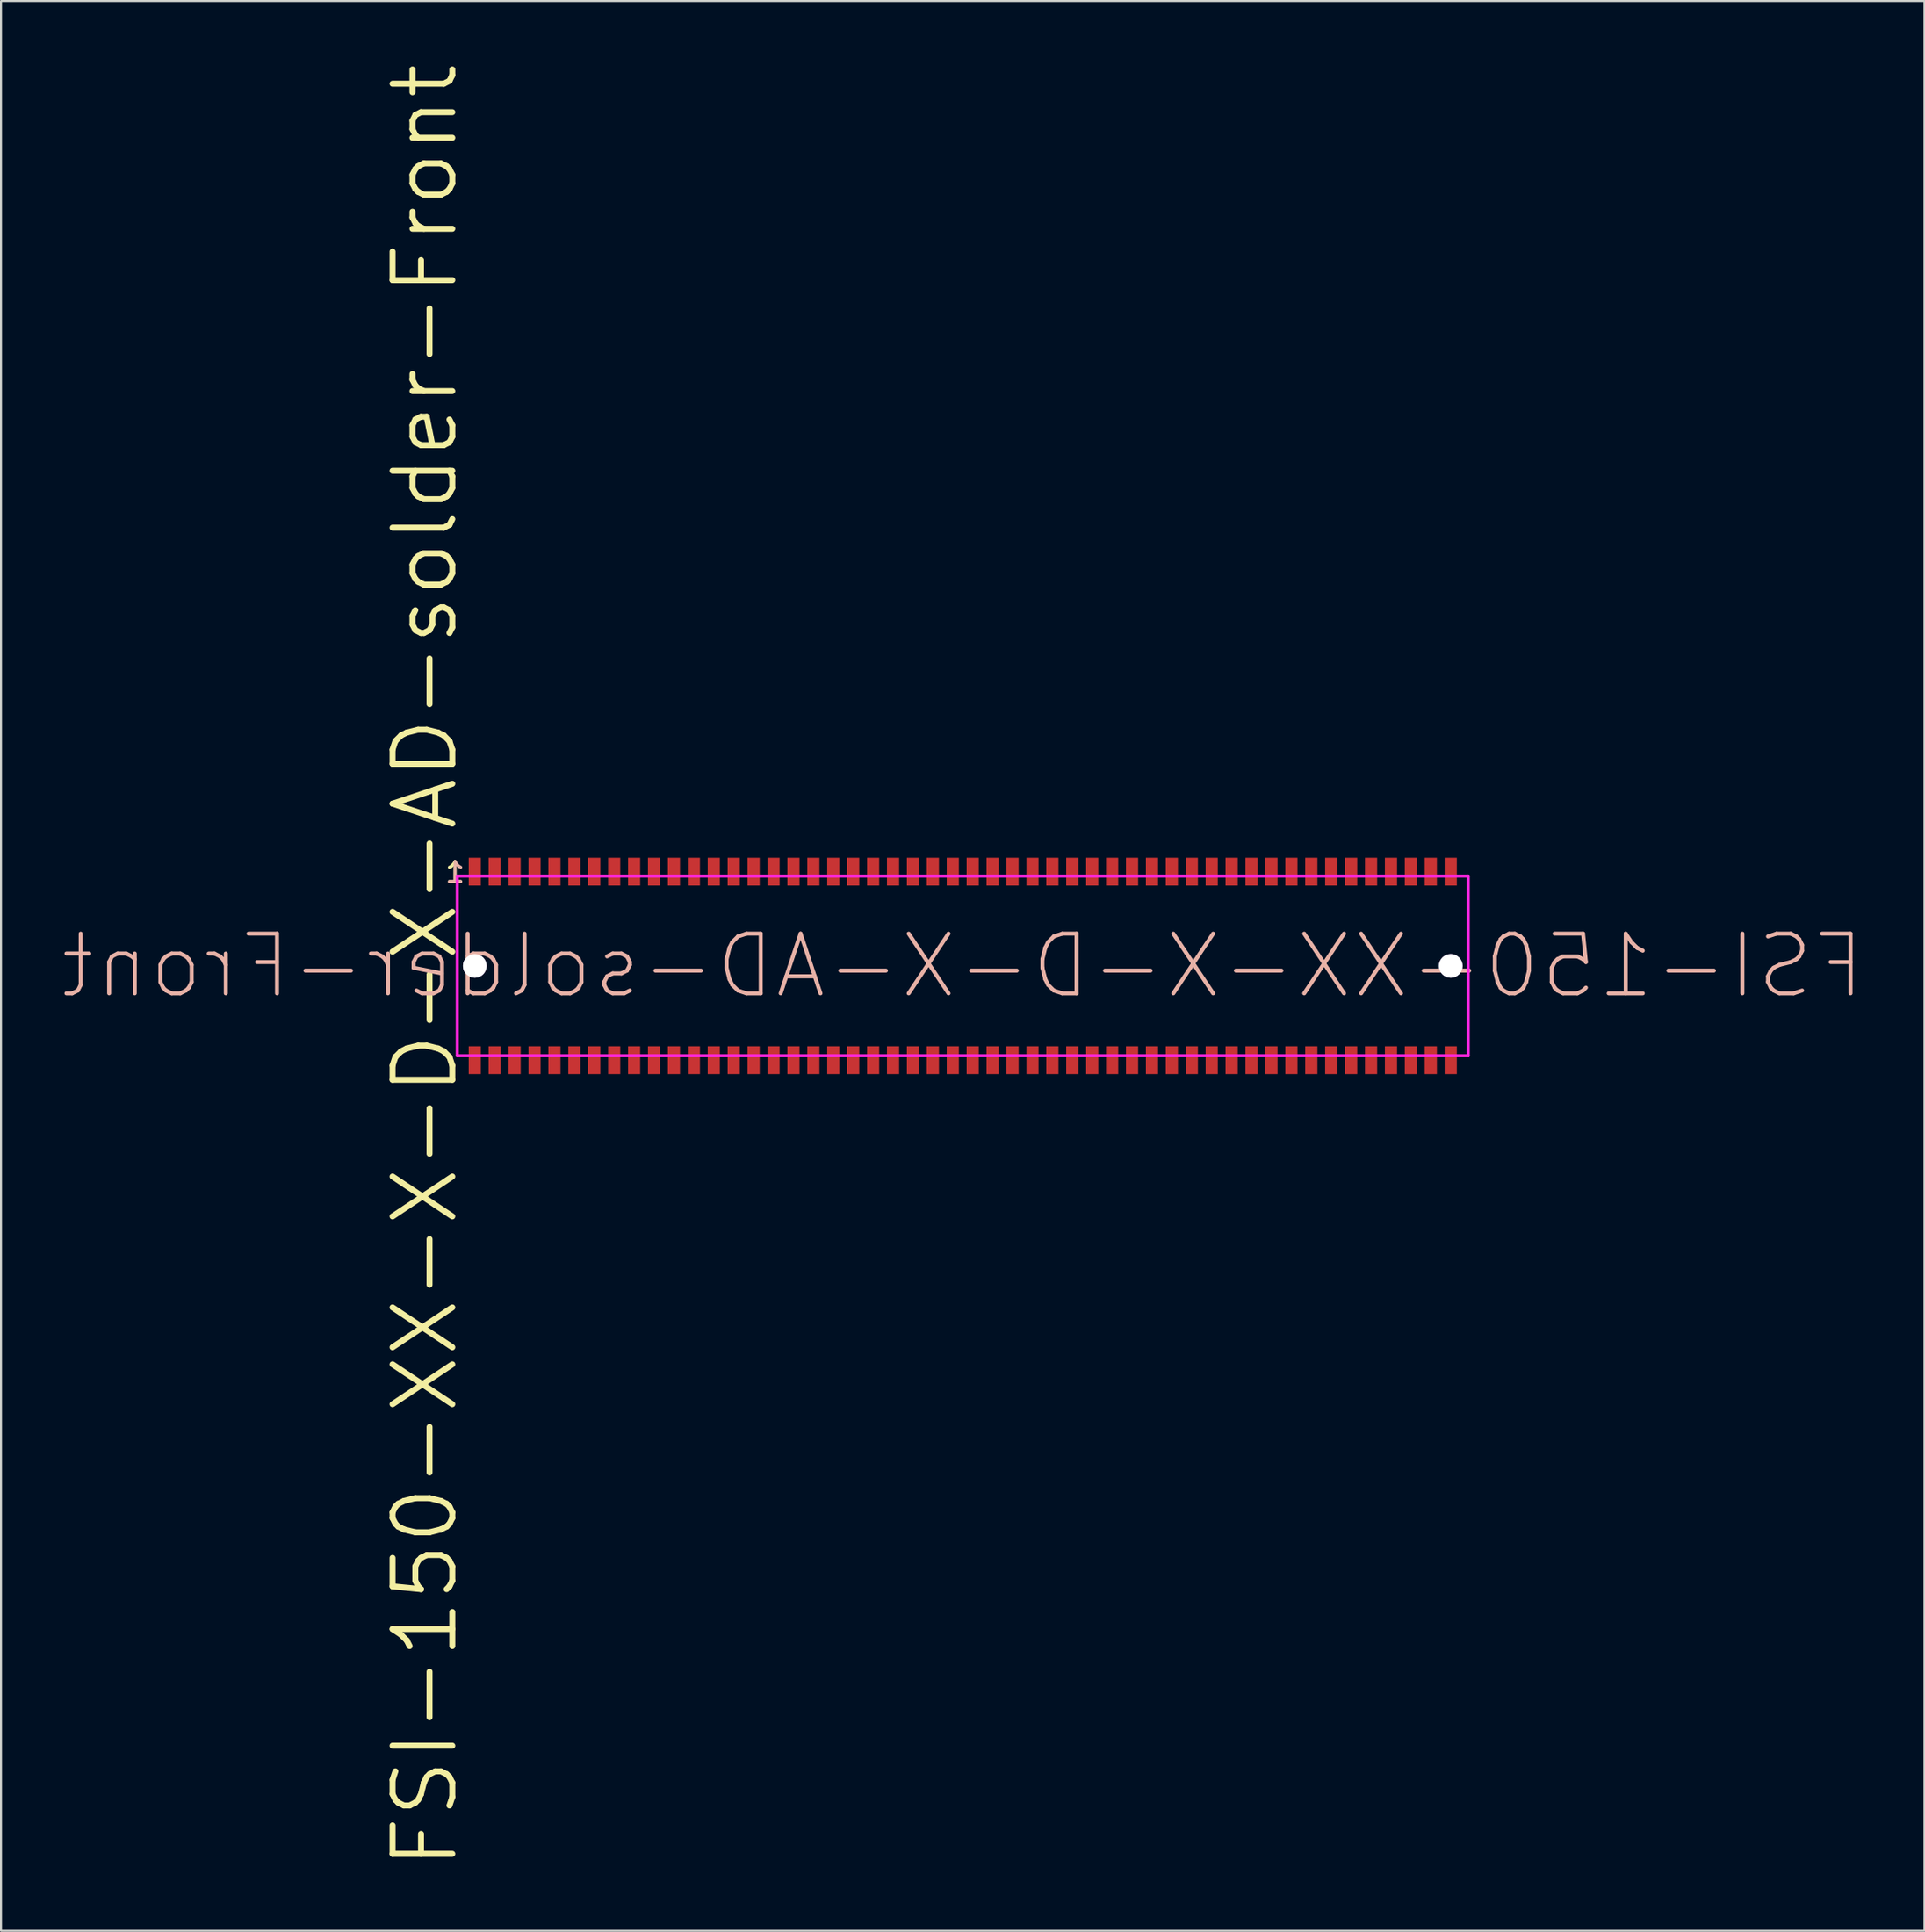
<source format=kicad_pcb>
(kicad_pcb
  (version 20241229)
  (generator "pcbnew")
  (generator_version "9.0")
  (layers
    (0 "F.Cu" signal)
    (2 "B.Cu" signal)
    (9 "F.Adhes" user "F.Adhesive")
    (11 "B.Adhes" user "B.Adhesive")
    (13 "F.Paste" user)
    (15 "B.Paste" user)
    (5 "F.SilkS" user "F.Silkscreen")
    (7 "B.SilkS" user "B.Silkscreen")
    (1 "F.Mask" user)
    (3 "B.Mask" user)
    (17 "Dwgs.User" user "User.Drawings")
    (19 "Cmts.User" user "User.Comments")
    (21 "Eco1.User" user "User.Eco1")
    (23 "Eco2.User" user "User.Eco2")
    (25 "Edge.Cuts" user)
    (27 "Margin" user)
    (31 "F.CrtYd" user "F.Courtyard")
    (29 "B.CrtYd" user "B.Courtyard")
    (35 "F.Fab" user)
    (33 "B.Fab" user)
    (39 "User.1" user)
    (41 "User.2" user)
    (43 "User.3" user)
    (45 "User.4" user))
  (footprint "FSI-150-XX-X-D-X-AD-solder-Front"
    (layer "F.Cu")
    (at 45.286 45.436)
    (property "Reference" "FSI-150-XX-X-D-X-AD-solder-Front" (at -27 0 90) (layer "F.SilkS") (effects (font (size 3 3) (thickness 0.3))))
    (attr through_hole)
    (fp_line (start -25.38 -4.51) (end 25.38 -4.51) (stroke (width 0.15) (type solid)) (layer "F.CrtYd"))
    (fp_line (start -25.38 4.51) (end -25.38 -4.51) (stroke (width 0.15) (type solid)) (layer "F.CrtYd"))
    (fp_line (start 25.38 -4.51) (end 25.38 4.51) (stroke (width 0.15) (type solid)) (layer "F.CrtYd"))
    (fp_line (start 25.38 4.51) (end -25.38 4.51) (stroke (width 0.15) (type solid)) (layer "F.CrtYd"))
    (fp_text user "1" (at -25.49 -4.69 0) (layer "F.SilkS") (effects (font (size 1 1) (thickness 0.15))))
    (fp_text user "${REFERENCE}" (at 0 0 0) (layer "B.SilkS") (effects (font (size 3 3) (thickness 0.2)) (justify mirror)))
    (fp_text user "1" (at -25.49 -4.69 0) (layer "B.SilkS") (effects (font (size 1 1) (thickness 0.15)) (justify mirror)))
    (pad "" np_thru_hole circle (at -24.5 0) (size 1.191 1.191) (drill 1.19) (layers "*.Cu" "*.Mask"))
    (pad "" np_thru_hole circle (at 24.5 0) (size 1.191 1.191) (drill 1.19) (layers "*.Cu" "*.Mask"))
    (pad "1" smd rect (at -24.5 -4.731) (size 0.61 1.397) (layers "F.Cu" "F.Mask" "F.Paste"))
    (pad "2" smd rect (at -24.5 4.731) (size 0.61 1.397) (layers "F.Cu" "F.Mask" "F.Paste"))
    (pad "3" smd rect (at -23.5 -4.731) (size 0.61 1.397) (layers "F.Cu" "F.Mask" "F.Paste"))
    (pad "4" smd rect (at -23.5 4.731) (size 0.61 1.397) (layers "F.Cu" "F.Mask" "F.Paste"))
    (pad "5" smd rect (at -22.5 -4.731) (size 0.61 1.397) (layers "F.Cu" "F.Mask" "F.Paste"))
    (pad "6" smd rect (at -22.5 4.731) (size 0.61 1.397) (layers "F.Cu" "F.Mask" "F.Paste"))
    (pad "7" smd rect (at -21.5 -4.731) (size 0.61 1.397) (layers "F.Cu" "F.Mask" "F.Paste"))
    (pad "8" smd rect (at -21.5 4.731) (size 0.61 1.397) (layers "F.Cu" "F.Mask" "F.Paste"))
    (pad "9" smd rect (at -20.5 -4.731) (size 0.61 1.397) (layers "F.Cu" "F.Mask" "F.Paste"))
    (pad "10" smd rect (at -20.5 4.731) (size 0.61 1.397) (layers "F.Cu" "F.Mask" "F.Paste"))
    (pad "11" smd rect (at -19.5 -4.731) (size 0.61 1.397) (layers "F.Cu" "F.Mask" "F.Paste"))
    (pad "12" smd rect (at -19.5 4.731) (size 0.61 1.397) (layers "F.Cu" "F.Mask" "F.Paste"))
    (pad "13" smd rect (at -18.5 -4.731) (size 0.61 1.397) (layers "F.Cu" "F.Mask" "F.Paste"))
    (pad "14" smd rect (at -18.5 4.731) (size 0.61 1.397) (layers "F.Cu" "F.Mask" "F.Paste"))
    (pad "15" smd rect (at -17.5 -4.731) (size 0.61 1.397) (layers "F.Cu" "F.Mask" "F.Paste"))
    (pad "16" smd rect (at -17.5 4.731) (size 0.61 1.397) (layers "F.Cu" "F.Mask" "F.Paste"))
    (pad "17" smd rect (at -16.5 -4.731) (size 0.61 1.397) (layers "F.Cu" "F.Mask" "F.Paste"))
    (pad "18" smd rect (at -16.5 4.731) (size 0.61 1.397) (layers "F.Cu" "F.Mask" "F.Paste"))
    (pad "19" smd rect (at -15.5 -4.731) (size 0.61 1.397) (layers "F.Cu" "F.Mask" "F.Paste"))
    (pad "20" smd rect (at -15.5 4.731) (size 0.61 1.397) (layers "F.Cu" "F.Mask" "F.Paste"))
    (pad "21" smd rect (at -14.5 -4.731) (size 0.61 1.397) (layers "F.Cu" "F.Mask" "F.Paste"))
    (pad "22" smd rect (at -14.5 4.731) (size 0.61 1.397) (layers "F.Cu" "F.Mask" "F.Paste"))
    (pad "23" smd rect (at -13.5 -4.731) (size 0.61 1.397) (layers "F.Cu" "F.Mask" "F.Paste"))
    (pad "24" smd rect (at -13.5 4.731) (size 0.61 1.397) (layers "F.Cu" "F.Mask" "F.Paste"))
    (pad "25" smd rect (at -12.5 -4.731) (size 0.61 1.397) (layers "F.Cu" "F.Mask" "F.Paste"))
    (pad "26" smd rect (at -12.5 4.731) (size 0.61 1.397) (layers "F.Cu" "F.Mask" "F.Paste"))
    (pad "27" smd rect (at -11.5 -4.731) (size 0.61 1.397) (layers "F.Cu" "F.Mask" "F.Paste"))
    (pad "28" smd rect (at -11.5 4.731) (size 0.61 1.397) (layers "F.Cu" "F.Mask" "F.Paste"))
    (pad "29" smd rect (at -10.5 -4.731) (size 0.61 1.397) (layers "F.Cu" "F.Mask" "F.Paste"))
    (pad "30" smd rect (at -10.5 4.731) (size 0.61 1.397) (layers "F.Cu" "F.Mask" "F.Paste"))
    (pad "31" smd rect (at -9.5 -4.731) (size 0.61 1.397) (layers "F.Cu" "F.Mask" "F.Paste"))
    (pad "32" smd rect (at -9.5 4.731) (size 0.61 1.397) (layers "F.Cu" "F.Mask" "F.Paste"))
    (pad "33" smd rect (at -8.5 -4.731) (size 0.61 1.397) (layers "F.Cu" "F.Mask" "F.Paste"))
    (pad "34" smd rect (at -8.5 4.731) (size 0.61 1.397) (layers "F.Cu" "F.Mask" "F.Paste"))
    (pad "35" smd rect (at -7.5 -4.731) (size 0.61 1.397) (layers "F.Cu" "F.Mask" "F.Paste"))
    (pad "36" smd rect (at -7.5 4.731) (size 0.61 1.397) (layers "F.Cu" "F.Mask" "F.Paste"))
    (pad "37" smd rect (at -6.5 -4.731) (size 0.61 1.397) (layers "F.Cu" "F.Mask" "F.Paste"))
    (pad "38" smd rect (at -6.5 4.731) (size 0.61 1.397) (layers "F.Cu" "F.Mask" "F.Paste"))
    (pad "39" smd rect (at -5.5 -4.731) (size 0.61 1.397) (layers "F.Cu" "F.Mask" "F.Paste"))
    (pad "40" smd rect (at -5.5 4.731) (size 0.61 1.397) (layers "F.Cu" "F.Mask" "F.Paste"))
    (pad "41" smd rect (at -4.5 -4.731) (size 0.61 1.397) (layers "F.Cu" "F.Mask" "F.Paste"))
    (pad "42" smd rect (at -4.5 4.731) (size 0.61 1.397) (layers "F.Cu" "F.Mask" "F.Paste"))
    (pad "43" smd rect (at -3.5 -4.731) (size 0.61 1.397) (layers "F.Cu" "F.Mask" "F.Paste"))
    (pad "44" smd rect (at -3.5 4.731) (size 0.61 1.397) (layers "F.Cu" "F.Mask" "F.Paste"))
    (pad "45" smd rect (at -2.5 -4.731) (size 0.61 1.397) (layers "F.Cu" "F.Mask" "F.Paste"))
    (pad "46" smd rect (at -2.5 4.731) (size 0.61 1.397) (layers "F.Cu" "F.Mask" "F.Paste"))
    (pad "47" smd rect (at -1.5 -4.731) (size 0.61 1.397) (layers "F.Cu" "F.Mask" "F.Paste"))
    (pad "48" smd rect (at -1.5 4.731) (size 0.61 1.397) (layers "F.Cu" "F.Mask" "F.Paste"))
    (pad "49" smd rect (at -0.5 -4.731) (size 0.61 1.397) (layers "F.Cu" "F.Mask" "F.Paste"))
    (pad "50" smd rect (at -0.5 4.731) (size 0.61 1.397) (layers "F.Cu" "F.Mask" "F.Paste"))
    (pad "51" smd rect (at 0.5 -4.731) (size 0.61 1.397) (layers "F.Cu" "F.Mask" "F.Paste"))
    (pad "52" smd rect (at 0.5 4.731) (size 0.61 1.397) (layers "F.Cu" "F.Mask" "F.Paste"))
    (pad "53" smd rect (at 1.5 -4.731) (size 0.61 1.397) (layers "F.Cu" "F.Mask" "F.Paste"))
    (pad "54" smd rect (at 1.5 4.731) (size 0.61 1.397) (layers "F.Cu" "F.Mask" "F.Paste"))
    (pad "55" smd rect (at 2.5 -4.731) (size 0.61 1.397) (layers "F.Cu" "F.Mask" "F.Paste"))
    (pad "56" smd rect (at 2.5 4.731) (size 0.61 1.397) (layers "F.Cu" "F.Mask" "F.Paste"))
    (pad "57" smd rect (at 3.5 -4.731) (size 0.61 1.397) (layers "F.Cu" "F.Mask" "F.Paste"))
    (pad "58" smd rect (at 3.5 4.731) (size 0.61 1.397) (layers "F.Cu" "F.Mask" "F.Paste"))
    (pad "59" smd rect (at 4.5 -4.731) (size 0.61 1.397) (layers "F.Cu" "F.Mask" "F.Paste"))
    (pad "60" smd rect (at 4.5 4.731) (size 0.61 1.397) (layers "F.Cu" "F.Mask" "F.Paste"))
    (pad "61" smd rect (at 5.5 -4.731) (size 0.61 1.397) (layers "F.Cu" "F.Mask" "F.Paste"))
    (pad "62" smd rect (at 5.5 4.731) (size 0.61 1.397) (layers "F.Cu" "F.Mask" "F.Paste"))
    (pad "63" smd rect (at 6.5 -4.731) (size 0.61 1.397) (layers "F.Cu" "F.Mask" "F.Paste"))
    (pad "64" smd rect (at 6.5 4.731) (size 0.61 1.397) (layers "F.Cu" "F.Mask" "F.Paste"))
    (pad "65" smd rect (at 7.5 -4.731) (size 0.61 1.397) (layers "F.Cu" "F.Mask" "F.Paste"))
    (pad "66" smd rect (at 7.5 4.731) (size 0.61 1.397) (layers "F.Cu" "F.Mask" "F.Paste"))
    (pad "67" smd rect (at 8.5 -4.731) (size 0.61 1.397) (layers "F.Cu" "F.Mask" "F.Paste"))
    (pad "68" smd rect (at 8.5 4.731) (size 0.61 1.397) (layers "F.Cu" "F.Mask" "F.Paste"))
    (pad "69" smd rect (at 9.5 -4.731) (size 0.61 1.397) (layers "F.Cu" "F.Mask" "F.Paste"))
    (pad "70" smd rect (at 9.5 4.731) (size 0.61 1.397) (layers "F.Cu" "F.Mask" "F.Paste"))
    (pad "71" smd rect (at 10.5 -4.731) (size 0.61 1.397) (layers "F.Cu" "F.Mask" "F.Paste"))
    (pad "72" smd rect (at 10.5 4.731) (size 0.61 1.397) (layers "F.Cu" "F.Mask" "F.Paste"))
    (pad "73" smd rect (at 11.5 -4.731) (size 0.61 1.397) (layers "F.Cu" "F.Mask" "F.Paste"))
    (pad "74" smd rect (at 11.5 4.731) (size 0.61 1.397) (layers "F.Cu" "F.Mask" "F.Paste"))
    (pad "75" smd rect (at 12.5 -4.731) (size 0.61 1.397) (layers "F.Cu" "F.Mask" "F.Paste"))
    (pad "76" smd rect (at 12.5 4.731) (size 0.61 1.397) (layers "F.Cu" "F.Mask" "F.Paste"))
    (pad "77" smd rect (at 13.5 -4.731) (size 0.61 1.397) (layers "F.Cu" "F.Mask" "F.Paste"))
    (pad "78" smd rect (at 13.5 4.731) (size 0.61 1.397) (layers "F.Cu" "F.Mask" "F.Paste"))
    (pad "79" smd rect (at 14.5 -4.731) (size 0.61 1.397) (layers "F.Cu" "F.Mask" "F.Paste"))
    (pad "80" smd rect (at 14.5 4.731) (size 0.61 1.397) (layers "F.Cu" "F.Mask" "F.Paste"))
    (pad "81" smd rect (at 15.5 -4.731) (size 0.61 1.397) (layers "F.Cu" "F.Mask" "F.Paste"))
    (pad "82" smd rect (at 15.5 4.731) (size 0.61 1.397) (layers "F.Cu" "F.Mask" "F.Paste"))
    (pad "83" smd rect (at 16.5 -4.731) (size 0.61 1.397) (layers "F.Cu" "F.Mask" "F.Paste"))
    (pad "84" smd rect (at 16.5 4.731) (size 0.61 1.397) (layers "F.Cu" "F.Mask" "F.Paste"))
    (pad "85" smd rect (at 17.5 -4.731) (size 0.61 1.397) (layers "F.Cu" "F.Mask" "F.Paste"))
    (pad "86" smd rect (at 17.5 4.731) (size 0.61 1.397) (layers "F.Cu" "F.Mask" "F.Paste"))
    (pad "87" smd rect (at 18.5 -4.731) (size 0.61 1.397) (layers "F.Cu" "F.Mask" "F.Paste"))
    (pad "88" smd rect (at 18.5 4.731) (size 0.61 1.397) (layers "F.Cu" "F.Mask" "F.Paste"))
    (pad "89" smd rect (at 19.5 -4.731) (size 0.61 1.397) (layers "F.Cu" "F.Mask" "F.Paste"))
    (pad "90" smd rect (at 19.5 4.731) (size 0.61 1.397) (layers "F.Cu" "F.Mask" "F.Paste"))
    (pad "91" smd rect (at 20.5 -4.731) (size 0.61 1.397) (layers "F.Cu" "F.Mask" "F.Paste"))
    (pad "92" smd rect (at 20.5 4.731) (size 0.61 1.397) (layers "F.Cu" "F.Mask" "F.Paste"))
    (pad "93" smd rect (at 21.5 -4.731) (size 0.61 1.397) (layers "F.Cu" "F.Mask" "F.Paste"))
    (pad "94" smd rect (at 21.5 4.731) (size 0.61 1.397) (layers "F.Cu" "F.Mask" "F.Paste"))
    (pad "95" smd rect (at 22.5 -4.731) (size 0.61 1.397) (layers "F.Cu" "F.Mask" "F.Paste"))
    (pad "96" smd rect (at 22.5 4.731) (size 0.61 1.397) (layers "F.Cu" "F.Mask" "F.Paste"))
    (pad "97" smd rect (at 23.5 -4.731) (size 0.61 1.397) (layers "F.Cu" "F.Mask" "F.Paste"))
    (pad "98" smd rect (at 23.5 4.731) (size 0.61 1.397) (layers "F.Cu" "F.Mask" "F.Paste"))
    (pad "99" smd rect (at 24.5 -4.731) (size 0.61 1.397) (layers "F.Cu" "F.Mask" "F.Paste"))
    (pad "100" smd rect (at 24.5 4.731) (size 0.61 1.397) (layers "F.Cu" "F.Mask" "F.Paste")))
  (gr_rect
    (start -3 -3)
    (end 93.571 93.871)
    (stroke (width 0.1) (type default))
    (fill no)
    (layer "Edge.Cuts")))
</source>
